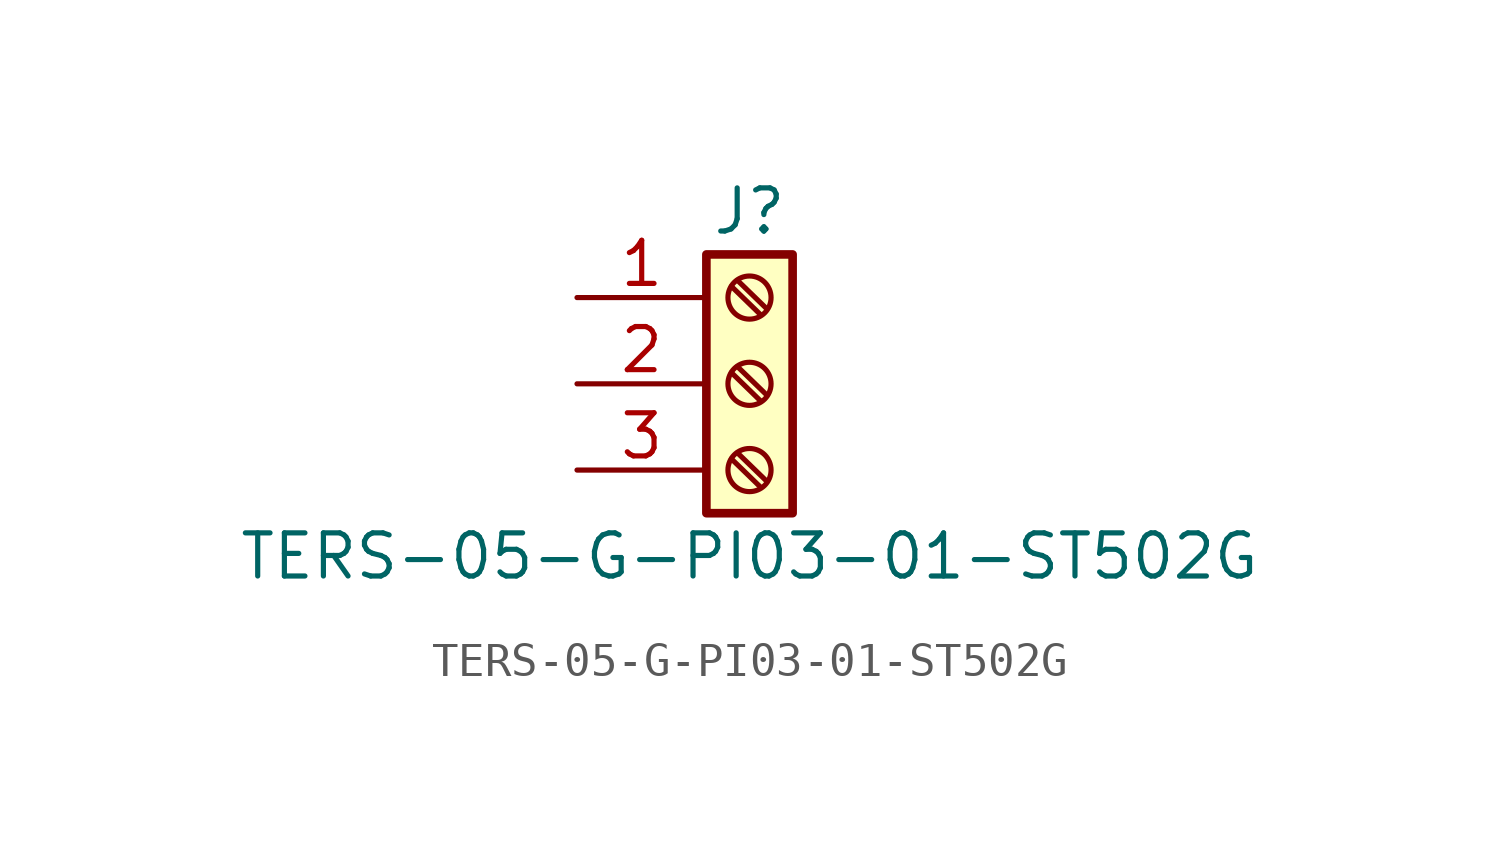
<source format=kicad_sym>
(kicad_symbol_lib
  (version 20211014)
  (generator kicad_symbol_editor)
  (symbol "TERS-05-G-PI03-01-ST502G"
    (pin_names
      (offset 1.016) hide)
    (property "Reference" "J"
      (at 0 5.08 0)
      (effects (font (size 1.27 1.27))))
    (property "Value" "TERS-05-G-PI03-01-ST502G"
      (at 0 -5.08 0)
      (effects (font (size 1.27 1.27))))
    (symbol "TERS-05-G-PI03-01-ST502G_1_1"
      (rectangle (start -1.27 3.81) (end 1.27 -3.81) (stroke (width 0.254) (type default) (color 0 0 0 0)) (fill (type background)))
      (circle (center 0 -2.54) (radius 0.635) (stroke (width 0.152) (type default) (color 0 0 0 0)) (fill (type none)))
      (polyline (pts (xy -0.533 -2.21) (xy 0.33 -3.048)) (stroke (width 0.152) (type default) (color 0 0 0 0)) (fill (type none)))
      (polyline (pts (xy -0.533 0.33) (xy 0.33 -0.508)) (stroke (width 0.152) (type default) (color 0 0 0 0)) (fill (type none)))
      (polyline (pts (xy -0.533 2.87) (xy 0.33 2.032)) (stroke (width 0.152) (type default) (color 0 0 0 0)) (fill (type none)))
      (polyline (pts (xy -0.356 -2.032) (xy 0.508 -2.87)) (stroke (width 0.152) (type default) (color 0 0 0 0)) (fill (type none)))
      (polyline (pts (xy -0.356 0.508) (xy 0.508 -0.33)) (stroke (width 0.152) (type default) (color 0 0 0 0)) (fill (type none)))
      (polyline (pts (xy -0.356 3.048) (xy 0.508 2.21)) (stroke (width 0.152) (type default) (color 0 0 0 0)) (fill (type none)))
      (circle (center 0 0) (radius 0.635) (stroke (width 0.152) (type default) (color 0 0 0 0)) (fill (type none)))
      (circle (center 0 2.54) (radius 0.635) (stroke (width 0.152) (type default) (color 0 0 0 0)) (fill (type none)))
      (pin passive line (at -5.08 2.54 0) (length 3.81) (name "Pin_1" (effects (font (size 1.27 1.27)))) (number "1" (effects (font (size 1.27 1.27)))))
      (pin passive line (at -5.08 0 0) (length 3.81) (name "Pin_2" (effects (font (size 1.27 1.27)))) (number "2" (effects (font (size 1.27 1.27)))))
      (pin passive line (at -5.08 -2.54 0) (length 3.81) (name "Pin_3" (effects (font (size 1.27 1.27)))) (number "3" (effects (font (size 1.27 1.27))))))))
</source>
